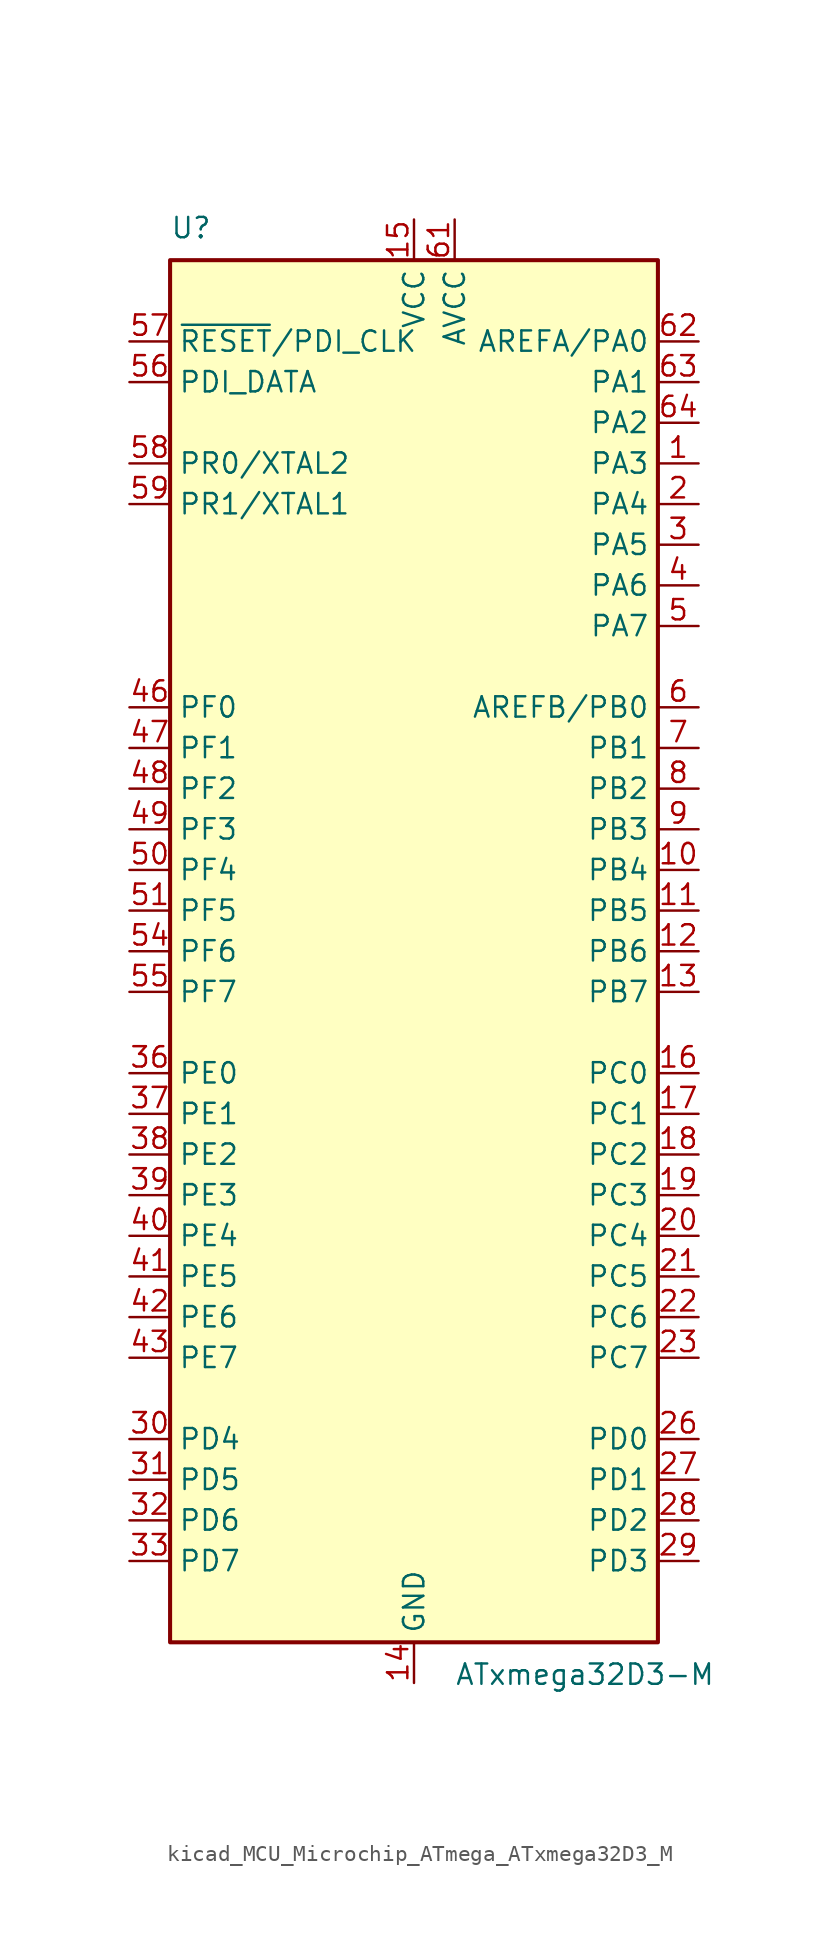
<source format=kicad_sym>
(kicad_symbol_lib
  (version 20220914)
  (generator kicad_symbol_editor)
  (symbol "kicad_MCU_Microchip_ATmega_ATxmega32D3_M"
    (property "Reference" "U"
      (at -15.24 44.45 0)
      (effects (font (size 1.27 1.27)) (justify left bottom)))
    (property "Value" "ATxmega32D3-M"
      (at 2.54 -44.45 0)
      (effects (font (size 1.27 1.27)) (justify left top)))
    (symbol "kicad_MCU_Microchip_ATmega_ATxmega32D3_M_0_1"
      (rectangle (start -15.24 -43.18) (end 15.24 43.18) (stroke (width 0.254) (type default)) (fill (type background))))
    (symbol "kicad_MCU_Microchip_ATmega_ATxmega32D3_M_1_1"
      (pin bidirectional line (at 17.78 30.48 180) (length 2.54) (name "PA3" (effects (font (size 1.27 1.27)))) (number "1" (effects (font (size 1.27 1.27)))))
      (pin bidirectional line (at 17.78 5.08 180) (length 2.54) (name "PB4" (effects (font (size 1.27 1.27)))) (number "10" (effects (font (size 1.27 1.27)))))
      (pin bidirectional line (at 17.78 2.54 180) (length 2.54) (name "PB5" (effects (font (size 1.27 1.27)))) (number "11" (effects (font (size 1.27 1.27)))))
      (pin bidirectional line (at 17.78 0 180) (length 2.54) (name "PB6" (effects (font (size 1.27 1.27)))) (number "12" (effects (font (size 1.27 1.27)))))
      (pin bidirectional line (at 17.78 -2.54 180) (length 2.54) (name "PB7" (effects (font (size 1.27 1.27)))) (number "13" (effects (font (size 1.27 1.27)))))
      (pin power_in line (at 0 -45.72 90) (length 2.54) (name "GND" (effects (font (size 1.27 1.27)))) (number "14" (effects (font (size 1.27 1.27)))))
      (pin power_in line (at 0 45.72 270) (length 2.54) (name "VCC" (effects (font (size 1.27 1.27)))) (number "15" (effects (font (size 1.27 1.27)))))
      (pin bidirectional line (at 17.78 -7.62 180) (length 2.54) (name "PC0" (effects (font (size 1.27 1.27)))) (number "16" (effects (font (size 1.27 1.27)))))
      (pin bidirectional line (at 17.78 -10.16 180) (length 2.54) (name "PC1" (effects (font (size 1.27 1.27)))) (number "17" (effects (font (size 1.27 1.27)))))
      (pin bidirectional line (at 17.78 -12.7 180) (length 2.54) (name "PC2" (effects (font (size 1.27 1.27)))) (number "18" (effects (font (size 1.27 1.27)))))
      (pin bidirectional line (at 17.78 -15.24 180) (length 2.54) (name "PC3" (effects (font (size 1.27 1.27)))) (number "19" (effects (font (size 1.27 1.27)))))
      (pin bidirectional line (at 17.78 27.94 180) (length 2.54) (name "PA4" (effects (font (size 1.27 1.27)))) (number "2" (effects (font (size 1.27 1.27)))))
      (pin bidirectional line (at 17.78 -17.78 180) (length 2.54) (name "PC4" (effects (font (size 1.27 1.27)))) (number "20" (effects (font (size 1.27 1.27)))))
      (pin bidirectional line (at 17.78 -20.32 180) (length 2.54) (name "PC5" (effects (font (size 1.27 1.27)))) (number "21" (effects (font (size 1.27 1.27)))))
      (pin bidirectional line (at 17.78 -22.86 180) (length 2.54) (name "PC6" (effects (font (size 1.27 1.27)))) (number "22" (effects (font (size 1.27 1.27)))))
      (pin bidirectional line (at 17.78 -25.4 180) (length 2.54) (name "PC7" (effects (font (size 1.27 1.27)))) (number "23" (effects (font (size 1.27 1.27)))))
      (pin passive line (at 0 -45.72 90) (length 2.54) hide (name "GND" (effects (font (size 1.27 1.27)))) (number "24" (effects (font (size 1.27 1.27)))))
      (pin passive line (at 0 45.72 270) (length 2.54) hide (name "VCC" (effects (font (size 1.27 1.27)))) (number "25" (effects (font (size 1.27 1.27)))))
      (pin bidirectional line (at 17.78 -30.48 180) (length 2.54) (name "PD0" (effects (font (size 1.27 1.27)))) (number "26" (effects (font (size 1.27 1.27)))))
      (pin bidirectional line (at 17.78 -33.02 180) (length 2.54) (name "PD1" (effects (font (size 1.27 1.27)))) (number "27" (effects (font (size 1.27 1.27)))))
      (pin bidirectional line (at 17.78 -35.56 180) (length 2.54) (name "PD2" (effects (font (size 1.27 1.27)))) (number "28" (effects (font (size 1.27 1.27)))))
      (pin bidirectional line (at 17.78 -38.1 180) (length 2.54) (name "PD3" (effects (font (size 1.27 1.27)))) (number "29" (effects (font (size 1.27 1.27)))))
      (pin bidirectional line (at 17.78 25.4 180) (length 2.54) (name "PA5" (effects (font (size 1.27 1.27)))) (number "3" (effects (font (size 1.27 1.27)))))
      (pin bidirectional line (at -17.78 -30.48 0) (length 2.54) (name "PD4" (effects (font (size 1.27 1.27)))) (number "30" (effects (font (size 1.27 1.27)))))
      (pin bidirectional line (at -17.78 -33.02 0) (length 2.54) (name "PD5" (effects (font (size 1.27 1.27)))) (number "31" (effects (font (size 1.27 1.27)))))
      (pin bidirectional line (at -17.78 -35.56 0) (length 2.54) (name "PD6" (effects (font (size 1.27 1.27)))) (number "32" (effects (font (size 1.27 1.27)))))
      (pin bidirectional line (at -17.78 -38.1 0) (length 2.54) (name "PD7" (effects (font (size 1.27 1.27)))) (number "33" (effects (font (size 1.27 1.27)))))
      (pin passive line (at 0 -45.72 90) (length 2.54) hide (name "GND" (effects (font (size 1.27 1.27)))) (number "34" (effects (font (size 1.27 1.27)))))
      (pin passive line (at 0 45.72 270) (length 2.54) hide (name "VCC" (effects (font (size 1.27 1.27)))) (number "35" (effects (font (size 1.27 1.27)))))
      (pin bidirectional line (at -17.78 -7.62 0) (length 2.54) (name "PE0" (effects (font (size 1.27 1.27)))) (number "36" (effects (font (size 1.27 1.27)))))
      (pin bidirectional line (at -17.78 -10.16 0) (length 2.54) (name "PE1" (effects (font (size 1.27 1.27)))) (number "37" (effects (font (size 1.27 1.27)))))
      (pin bidirectional line (at -17.78 -12.7 0) (length 2.54) (name "PE2" (effects (font (size 1.27 1.27)))) (number "38" (effects (font (size 1.27 1.27)))))
      (pin bidirectional line (at -17.78 -15.24 0) (length 2.54) (name "PE3" (effects (font (size 1.27 1.27)))) (number "39" (effects (font (size 1.27 1.27)))))
      (pin bidirectional line (at 17.78 22.86 180) (length 2.54) (name "PA6" (effects (font (size 1.27 1.27)))) (number "4" (effects (font (size 1.27 1.27)))))
      (pin bidirectional line (at -17.78 -17.78 0) (length 2.54) (name "PE4" (effects (font (size 1.27 1.27)))) (number "40" (effects (font (size 1.27 1.27)))))
      (pin bidirectional line (at -17.78 -20.32 0) (length 2.54) (name "PE5" (effects (font (size 1.27 1.27)))) (number "41" (effects (font (size 1.27 1.27)))))
      (pin bidirectional line (at -17.78 -22.86 0) (length 2.54) (name "PE6" (effects (font (size 1.27 1.27)))) (number "42" (effects (font (size 1.27 1.27)))))
      (pin bidirectional line (at -17.78 -25.4 0) (length 2.54) (name "PE7" (effects (font (size 1.27 1.27)))) (number "43" (effects (font (size 1.27 1.27)))))
      (pin passive line (at 0 -45.72 90) (length 2.54) hide (name "GND" (effects (font (size 1.27 1.27)))) (number "44" (effects (font (size 1.27 1.27)))))
      (pin passive line (at 0 45.72 270) (length 2.54) hide (name "VCC" (effects (font (size 1.27 1.27)))) (number "45" (effects (font (size 1.27 1.27)))))
      (pin bidirectional line (at -17.78 15.24 0) (length 2.54) (name "PF0" (effects (font (size 1.27 1.27)))) (number "46" (effects (font (size 1.27 1.27)))))
      (pin bidirectional line (at -17.78 12.7 0) (length 2.54) (name "PF1" (effects (font (size 1.27 1.27)))) (number "47" (effects (font (size 1.27 1.27)))))
      (pin bidirectional line (at -17.78 10.16 0) (length 2.54) (name "PF2" (effects (font (size 1.27 1.27)))) (number "48" (effects (font (size 1.27 1.27)))))
      (pin bidirectional line (at -17.78 7.62 0) (length 2.54) (name "PF3" (effects (font (size 1.27 1.27)))) (number "49" (effects (font (size 1.27 1.27)))))
      (pin bidirectional line (at 17.78 20.32 180) (length 2.54) (name "PA7" (effects (font (size 1.27 1.27)))) (number "5" (effects (font (size 1.27 1.27)))))
      (pin bidirectional line (at -17.78 5.08 0) (length 2.54) (name "PF4" (effects (font (size 1.27 1.27)))) (number "50" (effects (font (size 1.27 1.27)))))
      (pin bidirectional line (at -17.78 2.54 0) (length 2.54) (name "PF5" (effects (font (size 1.27 1.27)))) (number "51" (effects (font (size 1.27 1.27)))))
      (pin passive line (at 0 -45.72 90) (length 2.54) hide (name "GND" (effects (font (size 1.27 1.27)))) (number "52" (effects (font (size 1.27 1.27)))))
      (pin passive line (at 0 45.72 270) (length 2.54) hide (name "VCC" (effects (font (size 1.27 1.27)))) (number "53" (effects (font (size 1.27 1.27)))))
      (pin bidirectional line (at -17.78 0 0) (length 2.54) (name "PF6" (effects (font (size 1.27 1.27)))) (number "54" (effects (font (size 1.27 1.27)))))
      (pin bidirectional line (at -17.78 -2.54 0) (length 2.54) (name "PF7" (effects (font (size 1.27 1.27)))) (number "55" (effects (font (size 1.27 1.27)))))
      (pin bidirectional line (at -17.78 35.56 0) (length 2.54) (name "PDI_DATA" (effects (font (size 1.27 1.27)))) (number "56" (effects (font (size 1.27 1.27)))))
      (pin input line (at -17.78 38.1 0) (length 2.54) (name "~{RESET}/PDI_CLK" (effects (font (size 1.27 1.27)))) (number "57" (effects (font (size 1.27 1.27)))))
      (pin bidirectional line (at -17.78 30.48 0) (length 2.54) (name "PR0/XTAL2" (effects (font (size 1.27 1.27)))) (number "58" (effects (font (size 1.27 1.27)))))
      (pin bidirectional line (at -17.78 27.94 0) (length 2.54) (name "PR1/XTAL1" (effects (font (size 1.27 1.27)))) (number "59" (effects (font (size 1.27 1.27)))))
      (pin bidirectional line (at 17.78 15.24 180) (length 2.54) (name "AREFB/PB0" (effects (font (size 1.27 1.27)))) (number "6" (effects (font (size 1.27 1.27)))))
      (pin passive line (at 0 -45.72 90) (length 2.54) hide (name "GND" (effects (font (size 1.27 1.27)))) (number "60" (effects (font (size 1.27 1.27)))))
      (pin power_in line (at 2.54 45.72 270) (length 2.54) (name "AVCC" (effects (font (size 1.27 1.27)))) (number "61" (effects (font (size 1.27 1.27)))))
      (pin bidirectional line (at 17.78 38.1 180) (length 2.54) (name "AREFA/PA0" (effects (font (size 1.27 1.27)))) (number "62" (effects (font (size 1.27 1.27)))))
      (pin bidirectional line (at 17.78 35.56 180) (length 2.54) (name "PA1" (effects (font (size 1.27 1.27)))) (number "63" (effects (font (size 1.27 1.27)))))
      (pin bidirectional line (at 17.78 33.02 180) (length 2.54) (name "PA2" (effects (font (size 1.27 1.27)))) (number "64" (effects (font (size 1.27 1.27)))))
      (pin passive line (at 0 -45.72 90) (length 2.54) hide (name "GND" (effects (font (size 1.27 1.27)))) (number "65" (effects (font (size 1.27 1.27)))))
      (pin bidirectional line (at 17.78 12.7 180) (length 2.54) (name "PB1" (effects (font (size 1.27 1.27)))) (number "7" (effects (font (size 1.27 1.27)))))
      (pin bidirectional line (at 17.78 10.16 180) (length 2.54) (name "PB2" (effects (font (size 1.27 1.27)))) (number "8" (effects (font (size 1.27 1.27)))))
      (pin bidirectional line (at 17.78 7.62 180) (length 2.54) (name "PB3" (effects (font (size 1.27 1.27)))) (number "9" (effects (font (size 1.27 1.27))))))))
</source>
